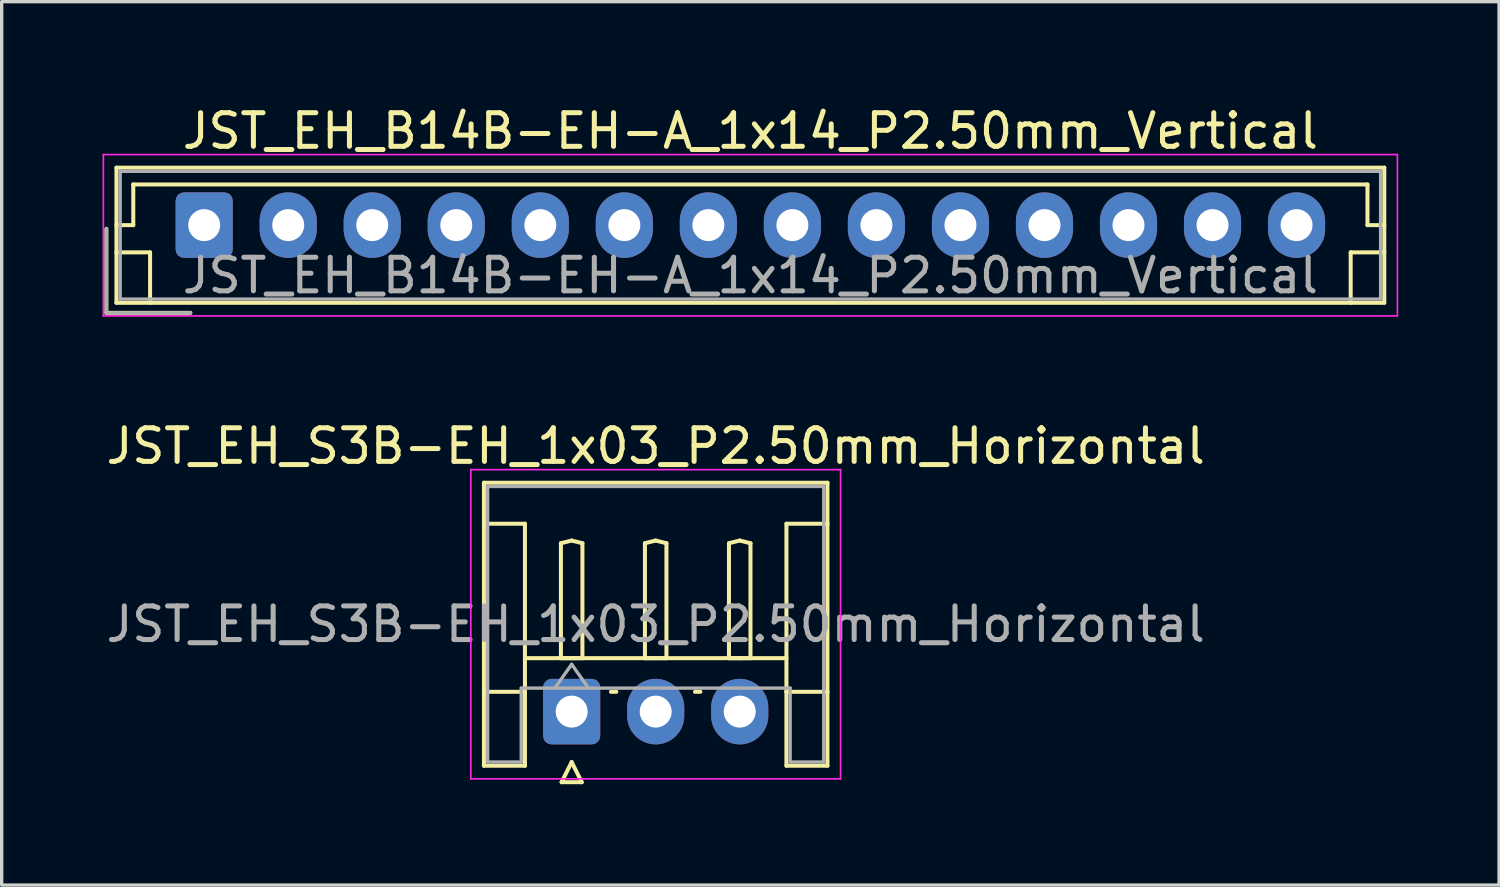
<source format=kicad_pcb>
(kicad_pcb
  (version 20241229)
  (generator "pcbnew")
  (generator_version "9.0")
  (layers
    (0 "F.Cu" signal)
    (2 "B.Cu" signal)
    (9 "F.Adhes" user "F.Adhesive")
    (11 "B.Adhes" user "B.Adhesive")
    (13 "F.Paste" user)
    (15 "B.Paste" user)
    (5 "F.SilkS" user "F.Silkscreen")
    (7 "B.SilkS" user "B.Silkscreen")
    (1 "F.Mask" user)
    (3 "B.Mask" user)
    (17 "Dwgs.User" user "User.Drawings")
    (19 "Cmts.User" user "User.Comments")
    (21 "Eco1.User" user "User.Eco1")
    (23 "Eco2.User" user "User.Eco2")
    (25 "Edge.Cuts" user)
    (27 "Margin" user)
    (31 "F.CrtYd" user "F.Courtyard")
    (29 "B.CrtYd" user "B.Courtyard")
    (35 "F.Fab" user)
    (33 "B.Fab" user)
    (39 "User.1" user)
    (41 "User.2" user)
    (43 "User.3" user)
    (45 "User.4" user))
  (footprint "JST_EH_S3B-EH_1x03_P2.50mm_Horizontal"
    (layer "F.Cu")
    (at 13.958 18.122)
    (property "Reference" "JST_EH_S3B-EH_1x03_P2.50mm_Horizontal" (at 2.5 -7.9 0) (layer "F.SilkS") (effects (font (size 1 1) (thickness 0.15))))
    (attr through_hole)
    (fp_line (start -2.61 -6.81) (end 7.61 -6.81) (stroke (width 0.12) (type solid)) (layer "F.SilkS"))
    (fp_line (start -2.61 -5.59) (end -1.39 -5.59) (stroke (width 0.12) (type solid)) (layer "F.SilkS"))
    (fp_line (start -2.61 1.61) (end -2.61 -6.81) (stroke (width 0.12) (type solid)) (layer "F.SilkS"))
    (fp_line (start -1.39 -5.59) (end -1.39 -0.59) (stroke (width 0.12) (type solid)) (layer "F.SilkS"))
    (fp_line (start -1.39 -1.59) (end 6.39 -1.59) (stroke (width 0.12) (type solid)) (layer "F.SilkS"))
    (fp_line (start -1.39 -0.59) (end -2.61 -0.59) (stroke (width 0.12) (type solid)) (layer "F.SilkS"))
    (fp_line (start -1.39 -0.59) (end -1.39 1.61) (stroke (width 0.12) (type solid)) (layer "F.SilkS"))
    (fp_line (start -1.39 1.61) (end -2.61 1.61) (stroke (width 0.12) (type solid)) (layer "F.SilkS"))
    (fp_line (start -0.32 -5.01) (end 0 -5.09) (stroke (width 0.12) (type solid)) (layer "F.SilkS"))
    (fp_line (start -0.32 -1.59) (end -0.32 -5.01) (stroke (width 0.12) (type solid)) (layer "F.SilkS"))
    (fp_line (start -0.3 2.1) (end 0.3 2.1) (stroke (width 0.12) (type solid)) (layer "F.SilkS"))
    (fp_line (start 0 -5.09) (end 0.32 -5.01) (stroke (width 0.12) (type solid)) (layer "F.SilkS"))
    (fp_line (start 0 -1.59) (end -0.32 -1.59) (stroke (width 0.12) (type solid)) (layer "F.SilkS"))
    (fp_line (start 0 1.5) (end -0.3 2.1) (stroke (width 0.12) (type solid)) (layer "F.SilkS"))
    (fp_line (start 0.3 2.1) (end 0 1.5) (stroke (width 0.12) (type solid)) (layer "F.SilkS"))
    (fp_line (start 0.32 -5.01) (end 0.32 -1.59) (stroke (width 0.12) (type solid)) (layer "F.SilkS"))
    (fp_line (start 0.32 -1.59) (end 0 -1.59) (stroke (width 0.12) (type solid)) (layer "F.SilkS"))
    (fp_line (start 1.17 -0.59) (end 1.33 -0.59) (stroke (width 0.12) (type solid)) (layer "F.SilkS"))
    (fp_line (start 2.18 -5.01) (end 2.5 -5.09) (stroke (width 0.12) (type solid)) (layer "F.SilkS"))
    (fp_line (start 2.18 -1.59) (end 2.18 -5.01) (stroke (width 0.12) (type solid)) (layer "F.SilkS"))
    (fp_line (start 2.5 -5.09) (end 2.82 -5.01) (stroke (width 0.12) (type solid)) (layer "F.SilkS"))
    (fp_line (start 2.5 -1.59) (end 2.18 -1.59) (stroke (width 0.12) (type solid)) (layer "F.SilkS"))
    (fp_line (start 2.82 -5.01) (end 2.82 -1.59) (stroke (width 0.12) (type solid)) (layer "F.SilkS"))
    (fp_line (start 2.82 -1.59) (end 2.5 -1.59) (stroke (width 0.12) (type solid)) (layer "F.SilkS"))
    (fp_line (start 3.67 -0.59) (end 3.83 -0.59) (stroke (width 0.12) (type solid)) (layer "F.SilkS"))
    (fp_line (start 4.68 -5.01) (end 5 -5.09) (stroke (width 0.12) (type solid)) (layer "F.SilkS"))
    (fp_line (start 4.68 -1.59) (end 4.68 -5.01) (stroke (width 0.12) (type solid)) (layer "F.SilkS"))
    (fp_line (start 5 -5.09) (end 5.32 -5.01) (stroke (width 0.12) (type solid)) (layer "F.SilkS"))
    (fp_line (start 5 -1.59) (end 4.68 -1.59) (stroke (width 0.12) (type solid)) (layer "F.SilkS"))
    (fp_line (start 5.32 -5.01) (end 5.32 -1.59) (stroke (width 0.12) (type solid)) (layer "F.SilkS"))
    (fp_line (start 5.32 -1.59) (end 5 -1.59) (stroke (width 0.12) (type solid)) (layer "F.SilkS"))
    (fp_line (start 6.39 -5.59) (end 6.39 -0.59) (stroke (width 0.12) (type solid)) (layer "F.SilkS"))
    (fp_line (start 6.39 -0.59) (end 7.61 -0.59) (stroke (width 0.12) (type solid)) (layer "F.SilkS"))
    (fp_line (start 6.39 1.61) (end 6.39 -0.59) (stroke (width 0.12) (type solid)) (layer "F.SilkS"))
    (fp_line (start 7.61 -6.81) (end 7.61 1.61) (stroke (width 0.12) (type solid)) (layer "F.SilkS"))
    (fp_line (start 7.61 -5.59) (end 6.39 -5.59) (stroke (width 0.12) (type solid)) (layer "F.SilkS"))
    (fp_line (start 7.61 1.61) (end 6.39 1.61) (stroke (width 0.12) (type solid)) (layer "F.SilkS"))
    (fp_line (start -3 -7.2) (end -3 2) (stroke (width 0.05) (type solid)) (layer "F.CrtYd"))
    (fp_line (start -3 2) (end 8 2) (stroke (width 0.05) (type solid)) (layer "F.CrtYd"))
    (fp_line (start 8 -7.2) (end -3 -7.2) (stroke (width 0.05) (type solid)) (layer "F.CrtYd"))
    (fp_line (start 8 2) (end 8 -7.2) (stroke (width 0.05) (type solid)) (layer "F.CrtYd"))
    (fp_line (start -2.5 -6.7) (end 7.5 -6.7) (stroke (width 0.1) (type solid)) (layer "F.Fab"))
    (fp_line (start -2.5 1.5) (end -2.5 -6.7) (stroke (width 0.1) (type solid)) (layer "F.Fab"))
    (fp_line (start -1.5 -0.7) (end -1.5 1.5) (stroke (width 0.1) (type solid)) (layer "F.Fab"))
    (fp_line (start -1.5 1.5) (end -2.5 1.5) (stroke (width 0.1) (type solid)) (layer "F.Fab"))
    (fp_line (start -0.5 -0.7) (end 0 -1.407) (stroke (width 0.1) (type solid)) (layer "F.Fab"))
    (fp_line (start 0 -1.407) (end 0.5 -0.7) (stroke (width 0.1) (type solid)) (layer "F.Fab"))
    (fp_line (start 6.5 -0.7) (end -1.5 -0.7) (stroke (width 0.1) (type solid)) (layer "F.Fab"))
    (fp_line (start 6.5 1.5) (end 6.5 -0.7) (stroke (width 0.1) (type solid)) (layer "F.Fab"))
    (fp_line (start 7.5 -6.7) (end 7.5 1.5) (stroke (width 0.1) (type solid)) (layer "F.Fab"))
    (fp_line (start 7.5 1.5) (end 6.5 1.5) (stroke (width 0.1) (type solid)) (layer "F.Fab"))
    (fp_text user "${REFERENCE}" (at 2.5 -2.6 0) (layer "F.Fab") (effects (font (size 1 1) (thickness 0.15))))
    (pad "1" thru_hole roundrect (at 0 0) (size 1.7 1.95) (drill 0.95) (layers "*.Cu" "*.Mask") (roundrect_rratio 0.147))
    (pad "2" thru_hole oval (at 2.5 0) (size 1.7 1.95) (drill 0.95) (layers "*.Cu" "*.Mask"))
    (pad "3" thru_hole oval (at 5 0) (size 1.7 1.95) (drill 0.95) (layers "*.Cu" "*.Mask")))
  (footprint "JST_EH_B14B-EH-A_1x14_P2.50mm_Vertical"
    (layer "F.Cu")
    (at 3.025 3.648)
    (property "Reference" "JST_EH_B14B-EH-A_1x14_P2.50mm_Vertical" (at 16.25 -2.8 0) (layer "F.SilkS") (effects (font (size 1 1) (thickness 0.15))))
    (attr through_hole)
    (fp_line (start -2.91 0.11) (end -2.91 2.61) (stroke (width 0.12) (type solid)) (layer "F.SilkS"))
    (fp_line (start -2.91 2.61) (end -0.41 2.61) (stroke (width 0.12) (type solid)) (layer "F.SilkS"))
    (fp_line (start -2.61 -1.71) (end -2.61 2.31) (stroke (width 0.12) (type solid)) (layer "F.SilkS"))
    (fp_line (start -2.61 0) (end -2.11 0) (stroke (width 0.12) (type solid)) (layer "F.SilkS"))
    (fp_line (start -2.61 0.81) (end -1.61 0.81) (stroke (width 0.12) (type solid)) (layer "F.SilkS"))
    (fp_line (start -2.61 2.31) (end 35.11 2.31) (stroke (width 0.12) (type solid)) (layer "F.SilkS"))
    (fp_line (start -2.11 -1.21) (end 34.61 -1.21) (stroke (width 0.12) (type solid)) (layer "F.SilkS"))
    (fp_line (start -2.11 0) (end -2.11 -1.21) (stroke (width 0.12) (type solid)) (layer "F.SilkS"))
    (fp_line (start -1.61 0.81) (end -1.61 2.31) (stroke (width 0.12) (type solid)) (layer "F.SilkS"))
    (fp_line (start 34.11 0.81) (end 34.11 2.31) (stroke (width 0.12) (type solid)) (layer "F.SilkS"))
    (fp_line (start 34.61 -1.21) (end 34.61 0) (stroke (width 0.12) (type solid)) (layer "F.SilkS"))
    (fp_line (start 34.61 0) (end 35.11 0) (stroke (width 0.12) (type solid)) (layer "F.SilkS"))
    (fp_line (start 35.11 -1.71) (end -2.61 -1.71) (stroke (width 0.12) (type solid)) (layer "F.SilkS"))
    (fp_line (start 35.11 0.81) (end 34.11 0.81) (stroke (width 0.12) (type solid)) (layer "F.SilkS"))
    (fp_line (start 35.11 2.31) (end 35.11 -1.71) (stroke (width 0.12) (type solid)) (layer "F.SilkS"))
    (fp_line (start -3 -2.1) (end -3 2.7) (stroke (width 0.05) (type solid)) (layer "F.CrtYd"))
    (fp_line (start -3 2.7) (end 35.5 2.7) (stroke (width 0.05) (type solid)) (layer "F.CrtYd"))
    (fp_line (start 35.5 -2.1) (end -3 -2.1) (stroke (width 0.05) (type solid)) (layer "F.CrtYd"))
    (fp_line (start 35.5 2.7) (end 35.5 -2.1) (stroke (width 0.05) (type solid)) (layer "F.CrtYd"))
    (fp_line (start -2.91 0.11) (end -2.91 2.61) (stroke (width 0.1) (type solid)) (layer "F.Fab"))
    (fp_line (start -2.91 2.61) (end -0.41 2.61) (stroke (width 0.1) (type solid)) (layer "F.Fab"))
    (fp_line (start -2.5 -1.6) (end -2.5 2.2) (stroke (width 0.1) (type solid)) (layer "F.Fab"))
    (fp_line (start -2.5 2.2) (end 35 2.2) (stroke (width 0.1) (type solid)) (layer "F.Fab"))
    (fp_line (start 35 -1.6) (end -2.5 -1.6) (stroke (width 0.1) (type solid)) (layer "F.Fab"))
    (fp_line (start 35 2.2) (end 35 -1.6) (stroke (width 0.1) (type solid)) (layer "F.Fab"))
    (fp_text user "${REFERENCE}" (at 16.25 1.5 0) (layer "F.Fab") (effects (font (size 1 1) (thickness 0.15))))
    (pad "1" thru_hole roundrect (at 0 0) (size 1.7 1.95) (drill 0.95) (layers "*.Cu" "*.Mask") (roundrect_rratio 0.147))
    (pad "2" thru_hole oval (at 2.5 0) (size 1.7 1.95) (drill 0.95) (layers "*.Cu" "*.Mask"))
    (pad "3" thru_hole oval (at 5 0) (size 1.7 1.95) (drill 0.95) (layers "*.Cu" "*.Mask"))
    (pad "4" thru_hole oval (at 7.5 0) (size 1.7 1.95) (drill 0.95) (layers "*.Cu" "*.Mask"))
    (pad "5" thru_hole oval (at 10 0) (size 1.7 1.95) (drill 0.95) (layers "*.Cu" "*.Mask"))
    (pad "6" thru_hole oval (at 12.5 0) (size 1.7 1.95) (drill 0.95) (layers "*.Cu" "*.Mask"))
    (pad "7" thru_hole oval (at 15 0) (size 1.7 1.95) (drill 0.95) (layers "*.Cu" "*.Mask"))
    (pad "8" thru_hole oval (at 17.5 0) (size 1.7 1.95) (drill 0.95) (layers "*.Cu" "*.Mask"))
    (pad "9" thru_hole oval (at 20 0) (size 1.7 1.95) (drill 0.95) (layers "*.Cu" "*.Mask"))
    (pad "10" thru_hole oval (at 22.5 0) (size 1.7 1.95) (drill 0.95) (layers "*.Cu" "*.Mask"))
    (pad "11" thru_hole oval (at 25 0) (size 1.7 1.95) (drill 0.95) (layers "*.Cu" "*.Mask"))
    (pad "12" thru_hole oval (at 27.5 0) (size 1.7 1.95) (drill 0.95) (layers "*.Cu" "*.Mask"))
    (pad "13" thru_hole oval (at 30 0) (size 1.7 1.95) (drill 0.95) (layers "*.Cu" "*.Mask"))
    (pad "14" thru_hole oval (at 32.5 0) (size 1.7 1.95) (drill 0.95) (layers "*.Cu" "*.Mask")))
  (gr_rect
    (start -3 -3)
    (end 41.55 23.282)
    (stroke (width 0.1) (type default))
    (fill no)
    (layer "Edge.Cuts")))
</source>
